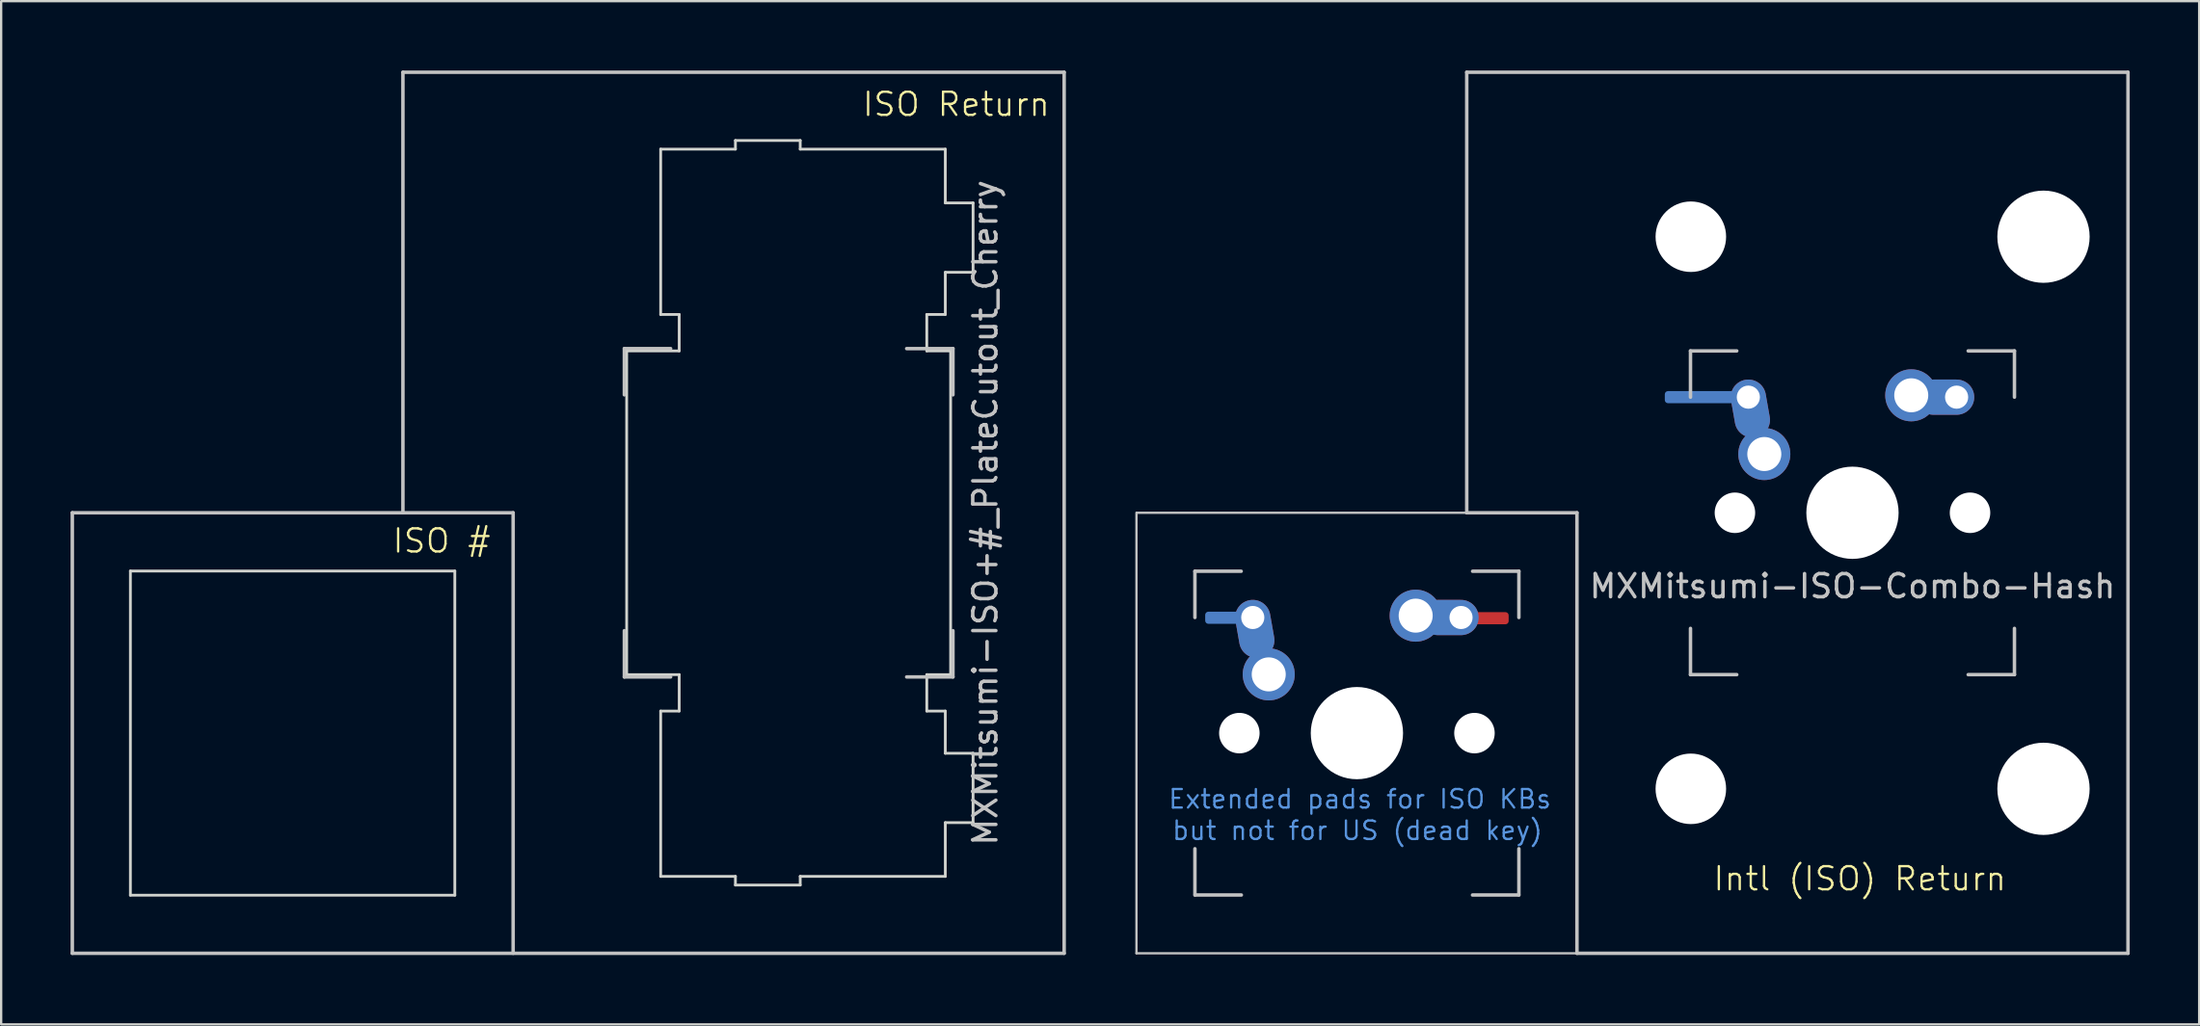
<source format=kicad_pcb>
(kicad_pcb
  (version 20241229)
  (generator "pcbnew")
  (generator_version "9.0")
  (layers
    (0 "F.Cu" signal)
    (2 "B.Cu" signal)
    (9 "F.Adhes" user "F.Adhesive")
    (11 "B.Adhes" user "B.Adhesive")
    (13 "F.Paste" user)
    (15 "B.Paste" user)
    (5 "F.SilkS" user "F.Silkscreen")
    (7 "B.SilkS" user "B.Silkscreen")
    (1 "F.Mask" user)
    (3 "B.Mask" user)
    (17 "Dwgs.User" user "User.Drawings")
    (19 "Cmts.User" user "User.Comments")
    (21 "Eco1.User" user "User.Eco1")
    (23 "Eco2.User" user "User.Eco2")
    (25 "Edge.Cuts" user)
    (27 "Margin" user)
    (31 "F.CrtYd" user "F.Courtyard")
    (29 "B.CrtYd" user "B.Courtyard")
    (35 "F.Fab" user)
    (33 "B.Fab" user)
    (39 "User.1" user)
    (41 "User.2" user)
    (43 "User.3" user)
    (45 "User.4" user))
  (footprint "MXMitsumi-ISO+#_PlateCutout_Cherry"
    (layer "F.Cu")
    (at 31.031 19.125)
    (property "Reference" "MXMitsumi-ISO+#_PlateCutout_Cherry" (at 8.5 0 90) (layer "Dwgs.User") (effects (font (size 1 1) (thickness 0.15))))
    (attr through_hole)
    (fp_line (start -30.956 19.05) (end -30.956 0) (stroke (width 0.15) (type solid)) (layer "Dwgs.User"))
    (fp_line (start -30.956 19.05) (end 11.906 19.05) (stroke (width 0.15) (type solid)) (layer "Dwgs.User"))
    (fp_line (start -16.669 -19.05) (end -16.669 0) (stroke (width 0.15) (type solid)) (layer "Dwgs.User"))
    (fp_line (start -16.669 -19.05) (end 11.906 -19.05) (stroke (width 0.15) (type solid)) (layer "Dwgs.User"))
    (fp_line (start -11.906 0) (end -30.956 0) (stroke (width 0.15) (type solid)) (layer "Dwgs.User"))
    (fp_line (start -11.906 19.05) (end -11.906 0) (stroke (width 0.15) (type solid)) (layer "Dwgs.User"))
    (fp_line (start -7.1 -7.1) (end -7.1 -5.1) (stroke (width 0.15) (type solid)) (layer "Dwgs.User"))
    (fp_line (start -7.1 5.1) (end -7.1 7.1) (stroke (width 0.15) (type solid)) (layer "Dwgs.User"))
    (fp_line (start -7.1 7.1) (end -5.1 7.1) (stroke (width 0.15) (type solid)) (layer "Dwgs.User"))
    (fp_line (start -5.1 -7.1) (end -7.1 -7.1) (stroke (width 0.15) (type solid)) (layer "Dwgs.User"))
    (fp_line (start 5.1 -7.1) (end 7.1 -7.1) (stroke (width 0.15) (type solid)) (layer "Dwgs.User"))
    (fp_line (start 5.1 7.1) (end 7.1 7.1) (stroke (width 0.15) (type solid)) (layer "Dwgs.User"))
    (fp_line (start 7.1 -7.1) (end 7.1 -5.1) (stroke (width 0.15) (type solid)) (layer "Dwgs.User"))
    (fp_line (start 7.1 7.1) (end 7.1 5.1) (stroke (width 0.15) (type solid)) (layer "Dwgs.User"))
    (fp_line (start 11.906 -19.05) (end 11.906 19.05) (stroke (width 0.15) (type solid)) (layer "Dwgs.User"))
    (fp_line (start -28.446 16.539) (end -28.446 2.519) (stroke (width 0.12) (type solid)) (layer "Edge.Cuts"))
    (fp_line (start -14.426 2.519) (end -28.446 2.519) (stroke (width 0.12) (type solid)) (layer "Edge.Cuts"))
    (fp_line (start -14.426 2.519) (end -14.426 16.539) (stroke (width 0.12) (type solid)) (layer "Edge.Cuts"))
    (fp_line (start -14.426 16.539) (end -28.446 16.539) (stroke (width 0.12) (type solid)) (layer "Edge.Cuts"))
    (fp_line (start -7 -7) (end -7 7) (stroke (width 0.12) (type solid)) (layer "Edge.Cuts"))
    (fp_line (start -5.53 -15.725) (end -2.3 -15.725) (stroke (width 0.12) (type solid)) (layer "Edge.Cuts"))
    (fp_line (start -5.53 -8.575) (end -5.53 -15.725) (stroke (width 0.12) (type solid)) (layer "Edge.Cuts"))
    (fp_line (start -5.53 8.575) (end -5.53 15.725) (stroke (width 0.12) (type solid)) (layer "Edge.Cuts"))
    (fp_line (start -5.53 15.725) (end -2.3 15.725) (stroke (width 0.12) (type solid)) (layer "Edge.Cuts"))
    (fp_line (start -4.73 -8.575) (end -5.53 -8.575) (stroke (width 0.12) (type solid)) (layer "Edge.Cuts"))
    (fp_line (start -4.73 -7) (end -7 -7) (stroke (width 0.12) (type solid)) (layer "Edge.Cuts"))
    (fp_line (start -4.73 -7) (end -4.73 -8.575) (stroke (width 0.12) (type solid)) (layer "Edge.Cuts"))
    (fp_line (start -4.73 7) (end -7 7) (stroke (width 0.12) (type solid)) (layer "Edge.Cuts"))
    (fp_line (start -4.73 8.575) (end -5.53 8.575) (stroke (width 0.12) (type solid)) (layer "Edge.Cuts"))
    (fp_line (start -4.73 8.575) (end -4.73 7) (stroke (width 0.12) (type solid)) (layer "Edge.Cuts"))
    (fp_line (start -2.3 -16.1) (end 0.5 -16.1) (stroke (width 0.12) (type solid)) (layer "Edge.Cuts"))
    (fp_line (start -2.3 -15.725) (end -2.3 -16.1) (stroke (width 0.12) (type solid)) (layer "Edge.Cuts"))
    (fp_line (start -2.3 15.725) (end -2.3 16.1) (stroke (width 0.12) (type solid)) (layer "Edge.Cuts"))
    (fp_line (start -2.3 16.1) (end 0.5 16.1) (stroke (width 0.12) (type solid)) (layer "Edge.Cuts"))
    (fp_line (start 0.5 -15.725) (end 0.5 -16.1) (stroke (width 0.12) (type solid)) (layer "Edge.Cuts"))
    (fp_line (start 0.5 15.725) (end 0.5 16.1) (stroke (width 0.12) (type solid)) (layer "Edge.Cuts"))
    (fp_line (start 5.97 -8.575) (end 5.97 -7) (stroke (width 0.12) (type solid)) (layer "Edge.Cuts"))
    (fp_line (start 5.97 -7) (end 7 -7) (stroke (width 0.12) (type solid)) (layer "Edge.Cuts"))
    (fp_line (start 5.97 7) (end 7 7) (stroke (width 0.12) (type solid)) (layer "Edge.Cuts"))
    (fp_line (start 5.97 8.575) (end 5.97 7) (stroke (width 0.12) (type solid)) (layer "Edge.Cuts"))
    (fp_line (start 6.77 -15.725) (end 0.5 -15.725) (stroke (width 0.12) (type solid)) (layer "Edge.Cuts"))
    (fp_line (start 6.77 -13.4) (end 6.77 -15.725) (stroke (width 0.12) (type solid)) (layer "Edge.Cuts"))
    (fp_line (start 6.77 -8.575) (end 5.97 -8.575) (stroke (width 0.12) (type solid)) (layer "Edge.Cuts"))
    (fp_line (start 6.77 -8.575) (end 6.77 -10.4) (stroke (width 0.12) (type solid)) (layer "Edge.Cuts"))
    (fp_line (start 6.77 8.575) (end 5.97 8.575) (stroke (width 0.12) (type solid)) (layer "Edge.Cuts"))
    (fp_line (start 6.77 10.4) (end 6.77 8.575) (stroke (width 0.12) (type solid)) (layer "Edge.Cuts"))
    (fp_line (start 6.77 15.725) (end 0.5 15.725) (stroke (width 0.12) (type solid)) (layer "Edge.Cuts"))
    (fp_line (start 6.77 15.725) (end 6.77 13.4) (stroke (width 0.12) (type solid)) (layer "Edge.Cuts"))
    (fp_line (start 7 7) (end 7 -7) (stroke (width 0.12) (type solid)) (layer "Edge.Cuts"))
    (fp_line (start 7.97 -13.4) (end 6.77 -13.4) (stroke (width 0.12) (type solid)) (layer "Edge.Cuts"))
    (fp_line (start 7.97 -10.4) (end 6.77 -10.4) (stroke (width 0.12) (type solid)) (layer "Edge.Cuts"))
    (fp_line (start 7.97 -10.4) (end 7.97 -13.4) (stroke (width 0.12) (type solid)) (layer "Edge.Cuts"))
    (fp_line (start 7.97 10.4) (end 6.77 10.4) (stroke (width 0.12) (type solid)) (layer "Edge.Cuts"))
    (fp_line (start 7.97 10.4) (end 7.97 13.4) (stroke (width 0.12) (type solid)) (layer "Edge.Cuts"))
    (fp_line (start 7.97 13.4) (end 6.77 13.4) (stroke (width 0.12) (type solid)) (layer "Edge.Cuts"))
    (fp_text user "ISO #" (at -17.18 1.8 0) (unlocked yes) (layer "F.SilkS") (effects (font (size 1 1) (thickness 0.1)) (justify left bottom)))
    (fp_text user "ISO Return" (at 3.13 -17.08 0) (unlocked yes) (layer "F.SilkS") (effects (font (size 1 1) (thickness 0.1)) (justify left bottom))))
  (footprint "MXMitsumi-ISO-Combo-Hash"
    (layer "F.Cu")
    (at 77.004 19.125)
    (property "Reference" "MXMitsumi-ISO-Combo-Hash" (at 0 3.175 0) (layer "Dwgs.User") (effects (font (size 1 1) (thickness 0.15))))
    (attr through_hole)
    (fp_line (start -30.942 19.05) (end -30.942 0) (stroke (width 0.1) (type default)) (layer "Dwgs.User"))
    (fp_line (start -30.93 0) (end -16.669 0) (stroke (width 0.1) (type default)) (layer "Dwgs.User"))
    (fp_line (start -28.416 2.529) (end -28.416 4.529) (stroke (width 0.15) (type solid)) (layer "Dwgs.User"))
    (fp_line (start -28.416 2.529) (end -26.416 2.529) (stroke (width 0.15) (type solid)) (layer "Dwgs.User"))
    (fp_line (start -28.416 14.529) (end -28.416 16.529) (stroke (width 0.15) (type solid)) (layer "Dwgs.User"))
    (fp_line (start -28.41 16.53) (end -26.41 16.53) (stroke (width 0.15) (type solid)) (layer "Dwgs.User"))
    (fp_line (start -16.669 -19.05) (end -16.669 0) (stroke (width 0.15) (type solid)) (layer "Dwgs.User"))
    (fp_line (start -16.669 -19.05) (end 11.906 -19.05) (stroke (width 0.15) (type solid)) (layer "Dwgs.User"))
    (fp_line (start -16.42 16.53) (end -14.42 16.53) (stroke (width 0.15) (type solid)) (layer "Dwgs.User"))
    (fp_line (start -16.416 2.529) (end -14.416 2.529) (stroke (width 0.15) (type solid)) (layer "Dwgs.User"))
    (fp_line (start -14.416 2.529) (end -14.416 4.529) (stroke (width 0.15) (type solid)) (layer "Dwgs.User"))
    (fp_line (start -14.416 14.529) (end -14.416 16.529) (stroke (width 0.15) (type solid)) (layer "Dwgs.User"))
    (fp_line (start -11.906 0) (end -16.669 0) (stroke (width 0.15) (type solid)) (layer "Dwgs.User"))
    (fp_line (start -11.906 19.05) (end -11.906 0) (stroke (width 0.15) (type solid)) (layer "Dwgs.User"))
    (fp_line (start -11.906 19.05) (end 11.906 19.05) (stroke (width 0.15) (type solid)) (layer "Dwgs.User"))
    (fp_line (start -7 -7) (end -7 -5) (stroke (width 0.15) (type solid)) (layer "Dwgs.User"))
    (fp_line (start -7 5) (end -7 7) (stroke (width 0.15) (type solid)) (layer "Dwgs.User"))
    (fp_line (start -7 7) (end -5 7) (stroke (width 0.15) (type solid)) (layer "Dwgs.User"))
    (fp_line (start -5 -7) (end -7 -7) (stroke (width 0.15) (type solid)) (layer "Dwgs.User"))
    (fp_line (start 5 -7) (end 7 -7) (stroke (width 0.15) (type solid)) (layer "Dwgs.User"))
    (fp_line (start 5 7) (end 7 7) (stroke (width 0.15) (type solid)) (layer "Dwgs.User"))
    (fp_line (start 7 -7) (end 7 -5) (stroke (width 0.15) (type solid)) (layer "Dwgs.User"))
    (fp_line (start 7 7) (end 7 5) (stroke (width 0.15) (type solid)) (layer "Dwgs.User"))
    (fp_line (start 11.906 -19.05) (end 11.906 19.05) (stroke (width 0.15) (type solid)) (layer "Dwgs.User"))
    (fp_line (start 11.906 19.05) (end -30.942 19.05) (stroke (width 0.1) (type default)) (layer "Dwgs.User"))
    (fp_text user "Intl (ISO) Return" (at -6.08 16.41 0) (unlocked yes) (layer "F.SilkS") (effects (font (size 1 1) (thickness 0.1)) (justify left bottom)))
    (fp_text user "but not for US (dead key)" (at -29.46 14.21 0) (unlocked yes) (layer "Cmts.User") (effects (font (size 0.8 0.8) (thickness 0.1)) (justify left bottom)))
    (fp_text user "Extended pads for ISO KBs" (at -29.62 12.85 0) (unlocked yes) (layer "Cmts.User") (effects (font (size 0.8 0.8) (thickness 0.1)) (justify left bottom)))
    (pad "" np_thru_hole circle (at -26.496 9.529 48.099) (size 1.75 1.75) (drill 1.75) (layers "*.Cu" "*.Mask"))
    (pad "" np_thru_hole circle (at -21.416 9.529) (size 3.988 3.988) (drill 3.988) (layers "*.Cu" "*.Mask"))
    (pad "" np_thru_hole circle (at -16.336 9.529 48.099) (size 1.75 1.75) (drill 1.75) (layers "*.Cu" "*.Mask"))
    (pad "" np_thru_hole circle (at -6.985 -11.938) (size 3.048 3.048) (drill 3.048) (layers "*.Cu" "*.Mask"))
    (pad "" np_thru_hole circle (at -6.985 11.938) (size 3.048 3.048) (drill 3.048) (layers "*.Cu" "*.Mask"))
    (pad "" np_thru_hole circle (at -5.08 0 48.1) (size 1.75 1.75) (drill 1.75) (layers "*.Cu" "*.Mask"))
    (pad "" np_thru_hole circle (at 0 0) (size 3.988 3.988) (drill 3.988) (layers "*.Cu" "*.Mask"))
    (pad "" np_thru_hole circle (at 5.08 0 48.1) (size 1.75 1.75) (drill 1.75) (layers "*.Cu" "*.Mask"))
    (pad "" np_thru_hole circle (at 8.255 -11.938) (size 3.988 3.988) (drill 3.988) (layers "*.Cu" "*.Mask"))
    (pad "" np_thru_hole circle (at 8.255 11.938) (size 3.988 3.988) (drill 3.988) (layers "*.Cu" "*.Mask"))
    (pad "1" smd roundrect (at -7.11 -5) (size 3 0.524) (drill (offset 0.5 0)) (layers "B.Cu") (roundrect_rratio 0.262))
    (pad "1" thru_hole oval (at -4.5 -5 280) (size 2.524 1.524) (drill 1 (offset 0.5 0)) (layers "*.Cu" "B.Mask"))
    (pad "1" thru_hole circle (at -3.81 -2.54) (size 2.25 2.25) (drill 1.47) (layers "*.Cu" "B.Mask"))
    (pad "2" thru_hole circle (at 2.54 -5.08) (size 2.25 2.25) (drill 1.47) (layers "*.Cu" "B.Mask"))
    (pad "2" thru_hole oval (at 4.5 -5) (size 2.524 1.524) (drill 1 (offset -0.5 0)) (layers "*.Cu" "B.Mask"))
    (pad "3" smd roundrect (at -27.71 4.54) (size 1.524 0.524) (drill (offset 0.5 0)) (layers "B.Cu") (roundrect_rratio 0.262))
    (pad "3" thru_hole oval (at -25.916 4.529 280) (size 2.524 1.524) (drill 1 (offset 0.5 0)) (layers "*.Cu" "B.Mask"))
    (pad "3" thru_hole oval (at -25.226 6.989) (size 2.25 2.25) (drill 1.47) (layers "*.Cu" "B.Mask"))
    (pad "4" thru_hole circle (at -18.876 4.449) (size 2.25 2.25) (drill 1.47) (layers "*.Cu" "B.Mask"))
    (pad "4" thru_hole oval (at -16.916 4.529) (size 2.524 1.524) (drill 1 (offset -0.5 0)) (layers "*.Cu" "B.Mask"))
    (pad "4" smd roundrect (at -16.12 4.56) (size 1.524 0.524) (drill (offset 0.5 0)) (layers "F.Cu") (roundrect_rratio 0.262)))
  (gr_rect
    (start -3 -3)
    (end 91.986 41.25)
    (stroke (width 0.1) (type default))
    (fill no)
    (layer "Edge.Cuts")))
</source>
